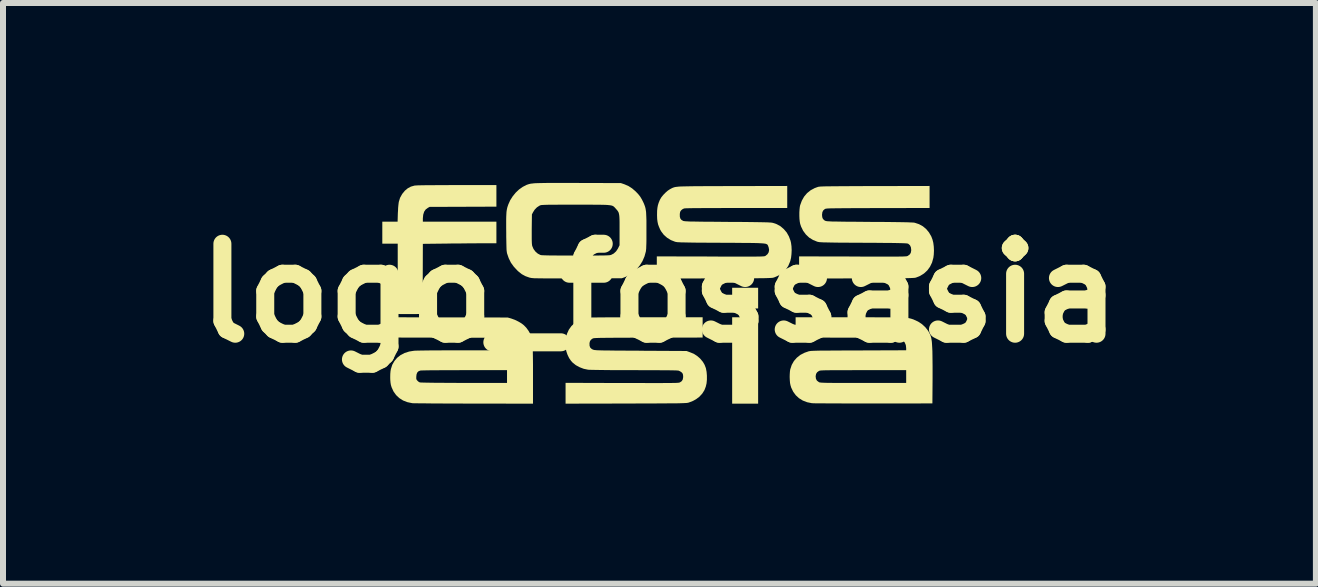
<source format=kicad_pcb>
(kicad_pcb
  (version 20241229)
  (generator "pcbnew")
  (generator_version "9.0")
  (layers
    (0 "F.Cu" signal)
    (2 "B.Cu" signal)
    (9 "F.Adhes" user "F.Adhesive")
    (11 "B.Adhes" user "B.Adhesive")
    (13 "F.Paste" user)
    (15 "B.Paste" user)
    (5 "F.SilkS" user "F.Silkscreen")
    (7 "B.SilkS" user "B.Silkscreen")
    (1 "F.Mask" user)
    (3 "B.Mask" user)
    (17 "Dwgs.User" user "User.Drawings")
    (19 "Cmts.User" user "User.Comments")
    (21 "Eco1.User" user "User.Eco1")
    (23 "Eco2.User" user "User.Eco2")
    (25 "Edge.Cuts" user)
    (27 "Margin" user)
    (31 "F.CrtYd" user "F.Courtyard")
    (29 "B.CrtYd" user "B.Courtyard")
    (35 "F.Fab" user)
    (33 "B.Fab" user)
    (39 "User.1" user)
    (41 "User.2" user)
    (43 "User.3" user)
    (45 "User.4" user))
  (footprint "logo_fossasia"
    (layer "F.Cu")
    (at 7.943 1.835)
    (property "Reference" "logo_fossasia" (at 0 0 0) (layer "F.SilkS") (effects (font (size 1.5 1.5) (thickness 0.3))))
    (attr board_only exclude_from_pos_files exclude_from_bom)
    (fp_poly (pts (xy 1.645 0.084) (xy 1.645 0.257) (xy 1.429 0.257) (xy 1.212 0.257) (xy 1.212 0.084) (xy 1.212 -0.088) (xy 1.429 -0.088) (xy 1.645 -0.088)) (stroke (width 0) (type solid)) (fill yes) (layer "F.SilkS"))
    (fp_poly (pts (xy 1.645 1.124) (xy 1.645 1.844) (xy 1.429 1.844) (xy 1.212 1.844) (xy 1.212 1.124) (xy 1.212 0.404) (xy 1.429 0.404) (xy 1.645 0.404)) (stroke (width 0) (type solid)) (fill yes) (layer "F.SilkS"))
    (fp_poly (pts (xy -2.718 -1.62) (xy -2.718 -1.44) (xy -3.274 -1.438) (xy -3.831 -1.436) (xy -3.861 -1.42) (xy -3.897 -1.393) (xy -3.923 -1.355) (xy -3.938 -1.306) (xy -3.944 -1.246) (xy -3.944 -1.24) (xy -3.944 -1.19) (xy -3.331 -1.19) (xy -2.718 -1.19) (xy -2.718 -1.01) (xy -2.718 -0.83) (xy -2.9 -0.83) (xy -2.943 -0.83) (xy -2.998 -0.83) (xy -3.063 -0.829) (xy -3.137 -0.829) (xy -3.217 -0.828) (xy -3.302 -0.827) (xy -3.388 -0.826) (xy -3.474 -0.826) (xy -3.513 -0.825) (xy -3.944 -0.82) (xy -3.946 -0.236) (xy -3.948 0.349) (xy -4.151 0.351) (xy -4.204 0.351) (xy -4.252 0.351) (xy -4.294 0.351) (xy -4.326 0.35) (xy -4.348 0.349) (xy -4.358 0.348) (xy -4.358 0.348) (xy -4.359 0.34) (xy -4.36 0.318) (xy -4.36 0.284) (xy -4.361 0.239) (xy -4.362 0.183) (xy -4.362 0.119) (xy -4.362 0.046) (xy -4.363 -0.033) (xy -4.363 -0.119) (xy -4.363 -0.209) (xy -4.363 -0.24) (xy -4.363 -0.823) (xy -4.492 -0.823) (xy -4.62 -0.823) (xy -4.62 -1.006) (xy -4.62 -1.19) (xy -4.493 -1.19) (xy -4.365 -1.19) (xy -4.361 -1.328) (xy -4.358 -1.376) (xy -4.356 -1.423) (xy -4.352 -1.465) (xy -4.348 -1.499) (xy -4.345 -1.519) (xy -4.324 -1.588) (xy -4.289 -1.651) (xy -4.244 -1.706) (xy -4.196 -1.746) (xy -4.144 -1.774) (xy -4.084 -1.791) (xy -4.077 -1.792) (xy -4.06 -1.793) (xy -4.028 -1.795) (xy -3.983 -1.796) (xy -3.925 -1.797) (xy -3.853 -1.798) (xy -3.768 -1.798) (xy -3.671 -1.799) (xy -3.562 -1.799) (xy -3.441 -1.8) (xy -3.373 -1.8) (xy -2.718 -1.8)) (stroke (width 0) (type solid)) (fill yes) (layer "F.SilkS"))
    (fp_poly (pts (xy -3.461 0.406) (xy -2.53 0.408) (xy -2.473 0.424) (xy -2.412 0.446) (xy -2.352 0.475) (xy -2.297 0.508) (xy -2.26 0.537) (xy -2.221 0.577) (xy -2.185 0.626) (xy -2.156 0.676) (xy -2.139 0.716) (xy -2.133 0.735) (xy -2.128 0.755) (xy -2.124 0.778) (xy -2.12 0.805) (xy -2.117 0.836) (xy -2.114 0.874) (xy -2.112 0.918) (xy -2.111 0.971) (xy -2.11 1.033) (xy -2.109 1.105) (xy -2.108 1.189) (xy -2.108 1.286) (xy -2.108 1.373) (xy -2.108 1.844) (xy -3.091 1.843) (xy -3.21 1.843) (xy -3.327 1.842) (xy -3.439 1.842) (xy -3.545 1.842) (xy -3.646 1.841) (xy -3.739 1.841) (xy -3.825 1.84) (xy -3.901 1.839) (xy -3.968 1.839) (xy -4.023 1.838) (xy -4.068 1.837) (xy -4.099 1.837) (xy -4.118 1.836) (xy -4.121 1.836) (xy -4.202 1.819) (xy -4.274 1.791) (xy -4.337 1.751) (xy -4.39 1.701) (xy -4.433 1.641) (xy -4.465 1.571) (xy -4.477 1.531) (xy -4.483 1.495) (xy -4.487 1.45) (xy -4.488 1.415) (xy -4.054 1.415) (xy -4.053 1.433) (xy -4.047 1.446) (xy -4.036 1.46) (xy -4.018 1.477) (xy -3.997 1.489) (xy -3.993 1.49) (xy -3.983 1.491) (xy -3.958 1.492) (xy -3.921 1.493) (xy -3.871 1.494) (xy -3.811 1.495) (xy -3.74 1.496) (xy -3.66 1.496) (xy -3.572 1.497) (xy -3.477 1.497) (xy -3.375 1.498) (xy -3.267 1.498) (xy -3.256 1.498) (xy -2.541 1.498) (xy -2.541 1.392) (xy -2.541 1.285) (xy -3.252 1.285) (xy -3.378 1.286) (xy -3.494 1.286) (xy -3.599 1.286) (xy -3.692 1.287) (xy -3.774 1.287) (xy -3.843 1.288) (xy -3.899 1.289) (xy -3.943 1.29) (xy -3.972 1.291) (xy -3.988 1.292) (xy -3.989 1.293) (xy -4.018 1.305) (xy -4.038 1.326) (xy -4.049 1.355) (xy -4.053 1.387) (xy -4.054 1.415) (xy -4.488 1.415) (xy -4.488 1.399) (xy -4.487 1.348) (xy -4.483 1.301) (xy -4.477 1.268) (xy -4.454 1.196) (xy -4.418 1.133) (xy -4.372 1.079) (xy -4.315 1.034) (xy -4.248 0.999) (xy -4.172 0.975) (xy -4.098 0.963) (xy -4.078 0.961) (xy -4.043 0.96) (xy -3.994 0.959) (xy -3.933 0.958) (xy -3.859 0.957) (xy -3.773 0.956) (xy -3.676 0.956) (xy -3.568 0.955) (xy -3.45 0.955) (xy -3.322 0.955) (xy -3.282 0.955) (xy -2.539 0.955) (xy -2.544 0.913) (xy -2.552 0.875) (xy -2.565 0.838) (xy -2.583 0.806) (xy -2.601 0.784) (xy -2.606 0.78) (xy -2.613 0.775) (xy -2.62 0.77) (xy -2.627 0.766) (xy -2.635 0.762) (xy -2.645 0.759) (xy -2.658 0.756) (xy -2.675 0.754) (xy -2.695 0.752) (xy -2.721 0.75) (xy -2.753 0.749) (xy -2.792 0.748) (xy -2.838 0.747) (xy -2.893 0.746) (xy -2.957 0.745) (xy -3.031 0.745) (xy -3.116 0.745) (xy -3.213 0.744) (xy -3.322 0.744) (xy -3.444 0.744) (xy -3.535 0.744) (xy -4.392 0.742) (xy -4.392 0.573) (xy -4.392 0.404)) (stroke (width 0) (type solid)) (fill yes) (layer "F.SilkS"))
    (fp_poly (pts (xy 3.175 0.404) (xy 3.313 0.404) (xy 3.438 0.404) (xy 3.549 0.404) (xy 3.648 0.405) (xy 3.736 0.405) (xy 3.813 0.405) (xy 3.88 0.406) (xy 3.938 0.407) (xy 3.989 0.408) (xy 4.031 0.409) (xy 4.068 0.411) (xy 4.099 0.412) (xy 4.124 0.415) (xy 4.146 0.417) (xy 4.165 0.42) (xy 4.181 0.424) (xy 4.196 0.428) (xy 4.21 0.432) (xy 4.224 0.437) (xy 4.239 0.442) (xy 4.24 0.443) (xy 4.312 0.476) (xy 4.377 0.519) (xy 4.433 0.571) (xy 4.479 0.63) (xy 4.514 0.695) (xy 4.525 0.727) (xy 4.531 0.75) (xy 4.536 0.779) (xy 4.541 0.814) (xy 4.544 0.857) (xy 4.547 0.909) (xy 4.55 0.969) (xy 4.551 1.04) (xy 4.552 1.123) (xy 4.553 1.217) (xy 4.553 1.324) (xy 4.553 1.429) (xy 4.55 1.84) (xy 3.57 1.841) (xy 3.45 1.841) (xy 3.334 1.841) (xy 3.222 1.841) (xy 3.115 1.841) (xy 3.015 1.84) (xy 2.921 1.84) (xy 2.836 1.84) (xy 2.759 1.839) (xy 2.693 1.839) (xy 2.637 1.838) (xy 2.593 1.838) (xy 2.561 1.837) (xy 2.543 1.836) (xy 2.54 1.836) (xy 2.461 1.82) (xy 2.389 1.792) (xy 2.326 1.753) (xy 2.272 1.703) (xy 2.229 1.644) (xy 2.196 1.575) (xy 2.184 1.535) (xy 2.177 1.5) (xy 2.173 1.454) (xy 2.171 1.404) (xy 2.171 1.392) (xy 2.604 1.392) (xy 2.609 1.43) (xy 2.625 1.46) (xy 2.654 1.482) (xy 2.66 1.486) (xy 2.664 1.488) (xy 2.671 1.49) (xy 2.68 1.491) (xy 2.692 1.493) (xy 2.708 1.494) (xy 2.73 1.495) (xy 2.757 1.496) (xy 2.791 1.497) (xy 2.833 1.497) (xy 2.884 1.498) (xy 2.944 1.498) (xy 3.015 1.498) (xy 3.096 1.498) (xy 3.19 1.498) (xy 3.297 1.498) (xy 3.399 1.498) (xy 4.113 1.498) (xy 4.113 1.392) (xy 4.113 1.285) (xy 3.399 1.285) (xy 3.28 1.285) (xy 3.175 1.286) (xy 3.083 1.286) (xy 3.003 1.286) (xy 2.934 1.286) (xy 2.876 1.286) (xy 2.826 1.287) (xy 2.786 1.287) (xy 2.753 1.288) (xy 2.726 1.289) (xy 2.705 1.29) (xy 2.69 1.291) (xy 2.678 1.293) (xy 2.67 1.295) (xy 2.664 1.296) (xy 2.66 1.298) (xy 2.629 1.32) (xy 2.611 1.348) (xy 2.604 1.385) (xy 2.604 1.392) (xy 2.171 1.392) (xy 2.172 1.354) (xy 2.175 1.309) (xy 2.18 1.273) (xy 2.181 1.271) (xy 2.205 1.198) (xy 2.242 1.133) (xy 2.29 1.078) (xy 2.349 1.031) (xy 2.419 0.995) (xy 2.483 0.973) (xy 2.491 0.97) (xy 2.5 0.969) (xy 2.512 0.967) (xy 2.526 0.965) (xy 2.544 0.964) (xy 2.567 0.963) (xy 2.595 0.962) (xy 2.629 0.961) (xy 2.671 0.96) (xy 2.72 0.96) (xy 2.779 0.959) (xy 2.847 0.959) (xy 2.926 0.958) (xy 3.017 0.958) (xy 3.119 0.957) (xy 3.236 0.957) (xy 3.322 0.957) (xy 4.113 0.954) (xy 4.113 0.919) (xy 4.107 0.867) (xy 4.088 0.823) (xy 4.058 0.787) (xy 4.018 0.761) (xy 4.013 0.759) (xy 4.007 0.757) (xy 4.001 0.755) (xy 3.992 0.753) (xy 3.981 0.752) (xy 3.967 0.75) (xy 3.948 0.749) (xy 3.923 0.748) (xy 3.893 0.747) (xy 3.856 0.747) (xy 3.812 0.746) (xy 3.759 0.746) (xy 3.697 0.745) (xy 3.624 0.745) (xy 3.541 0.745) (xy 3.446 0.744) (xy 3.339 0.744) (xy 3.219 0.744) (xy 3.127 0.744) (xy 2.27 0.742) (xy 2.27 0.573) (xy 2.27 0.404)) (stroke (width 0) (type solid)) (fill yes) (layer "F.SilkS"))
    (fp_poly (pts (xy 0.72 0.573) (xy 0.72 0.742) (xy -0.185 0.744) (xy -0.32 0.744) (xy -0.441 0.744) (xy -0.549 0.745) (xy -0.645 0.745) (xy -0.728 0.745) (xy -0.802 0.746) (xy -0.864 0.746) (xy -0.918 0.747) (xy -0.963 0.747) (xy -1.001 0.748) (xy -1.031 0.749) (xy -1.056 0.75) (xy -1.075 0.751) (xy -1.089 0.752) (xy -1.099 0.754) (xy -1.106 0.755) (xy -1.111 0.757) (xy -1.113 0.758) (xy -1.141 0.778) (xy -1.158 0.802) (xy -1.166 0.834) (xy -1.166 0.84) (xy -1.165 0.879) (xy -1.154 0.909) (xy -1.131 0.931) (xy -1.111 0.942) (xy -1.105 0.944) (xy -1.099 0.946) (xy -1.091 0.948) (xy -1.081 0.95) (xy -1.068 0.951) (xy -1.051 0.953) (xy -1.029 0.954) (xy -1.001 0.955) (xy -0.967 0.956) (xy -0.925 0.957) (xy -0.874 0.957) (xy -0.815 0.958) (xy -0.745 0.959) (xy -0.664 0.959) (xy -0.572 0.96) (xy -0.467 0.961) (xy -0.348 0.961) (xy -0.313 0.962) (xy 0.452 0.966) (xy 0.509 0.987) (xy 0.573 1.013) (xy 0.627 1.048) (xy 0.678 1.092) (xy 0.684 1.099) (xy 0.724 1.147) (xy 0.753 1.197) (xy 0.774 1.252) (xy 0.786 1.315) (xy 0.791 1.377) (xy 0.791 1.447) (xy 0.785 1.507) (xy 0.772 1.561) (xy 0.752 1.613) (xy 0.748 1.622) (xy 0.713 1.677) (xy 0.666 1.728) (xy 0.609 1.771) (xy 0.545 1.805) (xy 0.484 1.827) (xy 0.477 1.829) (xy 0.468 1.83) (xy 0.457 1.832) (xy 0.443 1.833) (xy 0.425 1.834) (xy 0.403 1.835) (xy 0.375 1.836) (xy 0.342 1.837) (xy 0.302 1.838) (xy 0.254 1.838) (xy 0.198 1.839) (xy 0.134 1.839) (xy 0.059 1.84) (xy -0.026 1.84) (xy -0.122 1.841) (xy -0.231 1.841) (xy -0.352 1.841) (xy -0.486 1.842) (xy -0.564 1.842) (xy -1.565 1.844) (xy -1.565 1.671) (xy -1.565 1.497) (xy -0.626 1.5) (xy -0.489 1.5) (xy -0.366 1.5) (xy -0.255 1.5) (xy -0.158 1.501) (xy -0.072 1.501) (xy 0.004 1.501) (xy 0.069 1.5) (xy 0.125 1.5) (xy 0.172 1.5) (xy 0.212 1.499) (xy 0.244 1.499) (xy 0.27 1.498) (xy 0.291 1.497) (xy 0.307 1.496) (xy 0.319 1.495) (xy 0.328 1.493) (xy 0.335 1.492) (xy 0.339 1.49) (xy 0.34 1.49) (xy 0.37 1.47) (xy 0.388 1.442) (xy 0.395 1.405) (xy 0.395 1.385) (xy 0.392 1.359) (xy 0.386 1.342) (xy 0.376 1.328) (xy 0.369 1.322) (xy 0.346 1.306) (xy 0.321 1.294) (xy 0.318 1.293) (xy 0.305 1.292) (xy 0.278 1.29) (xy 0.237 1.289) (xy 0.181 1.288) (xy 0.111 1.287) (xy 0.026 1.287) (xy -0.073 1.286) (xy -0.187 1.286) (xy -0.315 1.286) (xy -0.419 1.285) (xy -0.55 1.285) (xy -0.671 1.285) (xy -0.78 1.285) (xy -0.878 1.284) (xy -0.963 1.283) (xy -1.035 1.282) (xy -1.095 1.281) (xy -1.141 1.28) (xy -1.173 1.279) (xy -1.19 1.278) (xy -1.262 1.263) (xy -1.33 1.237) (xy -1.393 1.203) (xy -1.446 1.161) (xy -1.475 1.129) (xy -1.506 1.084) (xy -1.532 1.03) (xy -1.551 0.975) (xy -1.558 0.945) (xy -1.563 0.892) (xy -1.564 0.833) (xy -1.56 0.774) (xy -1.552 0.719) (xy -1.541 0.678) (xy -1.51 0.61) (xy -1.467 0.55) (xy -1.413 0.499) (xy -1.351 0.457) (xy -1.281 0.427) (xy -1.234 0.414) (xy -1.225 0.413) (xy -1.211 0.412) (xy -1.193 0.41) (xy -1.169 0.409) (xy -1.139 0.408) (xy -1.102 0.407) (xy -1.057 0.407) (xy -1.004 0.406) (xy -0.941 0.406) (xy -0.869 0.405) (xy -0.786 0.405) (xy -0.692 0.405) (xy -0.585 0.404) (xy -0.466 0.404) (xy -0.334 0.404) (xy -0.233 0.404) (xy 0.72 0.404)) (stroke (width 0) (type solid)) (fill yes) (layer "F.SilkS"))
    (fp_poly (pts (xy 4.503 -1.602) (xy 4.503 -1.418) (xy 3.641 -1.416) (xy 3.511 -1.416) (xy 3.394 -1.415) (xy 3.29 -1.415) (xy 3.199 -1.415) (xy 3.119 -1.414) (xy 3.049 -1.414) (xy 2.99 -1.413) (xy 2.939 -1.413) (xy 2.897 -1.412) (xy 2.863 -1.412) (xy 2.835 -1.411) (xy 2.812 -1.41) (xy 2.795 -1.409) (xy 2.782 -1.407) (xy 2.773 -1.406) (xy 2.766 -1.404) (xy 2.761 -1.402) (xy 2.757 -1.4) (xy 2.757 -1.4) (xy 2.731 -1.378) (xy 2.716 -1.349) (xy 2.711 -1.311) (xy 2.71 -1.304) (xy 2.714 -1.264) (xy 2.726 -1.234) (xy 2.748 -1.213) (xy 2.764 -1.205) (xy 2.77 -1.202) (xy 2.777 -1.2) (xy 2.787 -1.199) (xy 2.799 -1.197) (xy 2.816 -1.196) (xy 2.837 -1.195) (xy 2.865 -1.193) (xy 2.899 -1.192) (xy 2.941 -1.192) (xy 2.991 -1.191) (xy 3.051 -1.19) (xy 3.121 -1.189) (xy 3.202 -1.189) (xy 3.295 -1.188) (xy 3.402 -1.187) (xy 3.504 -1.186) (xy 3.627 -1.185) (xy 3.737 -1.185) (xy 3.833 -1.184) (xy 3.917 -1.183) (xy 3.99 -1.182) (xy 4.052 -1.181) (xy 4.104 -1.18) (xy 4.148 -1.179) (xy 4.183 -1.177) (xy 4.211 -1.176) (xy 4.232 -1.175) (xy 4.248 -1.173) (xy 4.258 -1.171) (xy 4.258 -1.171) (xy 4.327 -1.148) (xy 4.391 -1.113) (xy 4.447 -1.066) (xy 4.494 -1.009) (xy 4.532 -0.943) (xy 4.551 -0.893) (xy 4.565 -0.838) (xy 4.573 -0.775) (xy 4.576 -0.707) (xy 4.573 -0.641) (xy 4.566 -0.587) (xy 4.544 -0.508) (xy 4.51 -0.438) (xy 4.465 -0.377) (xy 4.41 -0.326) (xy 4.344 -0.285) (xy 4.282 -0.26) (xy 4.276 -0.258) (xy 4.268 -0.256) (xy 4.259 -0.254) (xy 4.247 -0.253) (xy 4.232 -0.252) (xy 4.213 -0.251) (xy 4.189 -0.25) (xy 4.159 -0.249) (xy 4.123 -0.248) (xy 4.079 -0.247) (xy 4.028 -0.247) (xy 3.968 -0.246) (xy 3.898 -0.246) (xy 3.818 -0.246) (xy 3.727 -0.245) (xy 3.624 -0.245) (xy 3.508 -0.245) (xy 3.379 -0.244) (xy 3.285 -0.244) (xy 2.328 -0.242) (xy 2.328 -0.427) (xy 2.328 -0.611) (xy 3.223 -0.609) (xy 3.356 -0.608) (xy 3.475 -0.608) (xy 3.581 -0.608) (xy 3.675 -0.607) (xy 3.758 -0.607) (xy 3.829 -0.607) (xy 3.891 -0.607) (xy 3.943 -0.608) (xy 3.988 -0.608) (xy 4.024 -0.609) (xy 4.054 -0.609) (xy 4.078 -0.61) (xy 4.096 -0.611) (xy 4.11 -0.612) (xy 4.121 -0.613) (xy 4.129 -0.615) (xy 4.134 -0.617) (xy 4.139 -0.619) (xy 4.142 -0.621) (xy 4.172 -0.643) (xy 4.189 -0.669) (xy 4.196 -0.703) (xy 4.197 -0.718) (xy 4.192 -0.761) (xy 4.177 -0.795) (xy 4.152 -0.818) (xy 4.148 -0.821) (xy 4.143 -0.823) (xy 4.137 -0.825) (xy 4.129 -0.826) (xy 4.116 -0.828) (xy 4.1 -0.829) (xy 4.079 -0.83) (xy 4.052 -0.831) (xy 4.017 -0.832) (xy 3.975 -0.833) (xy 3.925 -0.834) (xy 3.865 -0.835) (xy 3.795 -0.835) (xy 3.713 -0.836) (xy 3.619 -0.837) (xy 3.512 -0.837) (xy 3.401 -0.838) (xy 3.281 -0.839) (xy 3.175 -0.839) (xy 3.081 -0.84) (xy 3 -0.84) (xy 2.93 -0.841) (xy 2.87 -0.842) (xy 2.819 -0.843) (xy 2.777 -0.844) (xy 2.742 -0.844) (xy 2.713 -0.846) (xy 2.691 -0.847) (xy 2.673 -0.848) (xy 2.659 -0.85) (xy 2.648 -0.852) (xy 2.639 -0.854) (xy 2.633 -0.855) (xy 2.561 -0.884) (xy 2.496 -0.924) (xy 2.441 -0.976) (xy 2.395 -1.038) (xy 2.361 -1.108) (xy 2.346 -1.153) (xy 2.339 -1.19) (xy 2.334 -1.236) (xy 2.332 -1.288) (xy 2.332 -1.342) (xy 2.335 -1.393) (xy 2.34 -1.438) (xy 2.345 -1.462) (xy 2.373 -1.539) (xy 2.412 -1.608) (xy 2.461 -1.666) (xy 2.521 -1.714) (xy 2.59 -1.751) (xy 2.638 -1.768) (xy 2.645 -1.77) (xy 2.654 -1.772) (xy 2.665 -1.773) (xy 2.681 -1.775) (xy 2.7 -1.776) (xy 2.725 -1.777) (xy 2.756 -1.778) (xy 2.793 -1.779) (xy 2.838 -1.779) (xy 2.891 -1.78) (xy 2.953 -1.78) (xy 3.024 -1.781) (xy 3.107 -1.781) (xy 3.201 -1.782) (xy 3.307 -1.782) (xy 3.426 -1.783) (xy 3.558 -1.783) (xy 3.59 -1.783) (xy 4.503 -1.785)) (stroke (width 0) (type solid)) (fill yes) (layer "F.SilkS"))
    (fp_poly (pts (xy -1.555 -1.835) (xy -1.442 -1.835) (xy -1.352 -1.835) (xy -0.643 -1.833) (xy -0.584 -1.813) (xy -0.517 -1.784) (xy -0.455 -1.744) (xy -0.396 -1.693) (xy -0.353 -1.648) (xy -0.32 -1.606) (xy -0.292 -1.559) (xy -0.272 -1.519) (xy -0.259 -1.491) (xy -0.249 -1.465) (xy -0.24 -1.44) (xy -0.233 -1.414) (xy -0.228 -1.385) (xy -0.223 -1.352) (xy -0.221 -1.313) (xy -0.219 -1.267) (xy -0.217 -1.211) (xy -0.217 -1.145) (xy -0.217 -1.065) (xy -0.217 -1.043) (xy -0.217 -0.957) (xy -0.217 -0.885) (xy -0.218 -0.826) (xy -0.22 -0.778) (xy -0.221 -0.741) (xy -0.224 -0.713) (xy -0.226 -0.695) (xy -0.249 -0.611) (xy -0.283 -0.532) (xy -0.329 -0.459) (xy -0.383 -0.394) (xy -0.445 -0.338) (xy -0.514 -0.293) (xy -0.575 -0.265) (xy -0.628 -0.246) (xy -1.37 -0.245) (xy -1.491 -0.244) (xy -1.598 -0.244) (xy -1.692 -0.244) (xy -1.775 -0.244) (xy -1.846 -0.244) (xy -1.907 -0.244) (xy -1.959 -0.245) (xy -2.003 -0.245) (xy -2.039 -0.246) (xy -2.068 -0.246) (xy -2.092 -0.247) (xy -2.112 -0.249) (xy -2.127 -0.25) (xy -2.139 -0.252) (xy -2.15 -0.254) (xy -2.159 -0.256) (xy -2.165 -0.257) (xy -2.233 -0.281) (xy -2.294 -0.314) (xy -2.353 -0.361) (xy -2.364 -0.371) (xy -2.426 -0.437) (xy -2.476 -0.506) (xy -2.513 -0.581) (xy -2.538 -0.654) (xy -2.542 -0.667) (xy -2.544 -0.682) (xy -2.547 -0.701) (xy -2.549 -0.724) (xy -2.55 -0.753) (xy -2.551 -0.79) (xy -2.552 -0.837) (xy -2.553 -0.894) (xy -2.554 -0.94) (xy -2.129 -0.94) (xy -2.129 -0.895) (xy -2.128 -0.859) (xy -2.127 -0.832) (xy -2.125 -0.811) (xy -2.123 -0.795) (xy -2.12 -0.783) (xy -2.099 -0.734) (xy -2.067 -0.691) (xy -2.028 -0.657) (xy -1.985 -0.635) (xy -1.977 -0.633) (xy -1.964 -0.631) (xy -1.945 -0.63) (xy -1.919 -0.629) (xy -1.885 -0.628) (xy -1.843 -0.627) (xy -1.791 -0.626) (xy -1.728 -0.626) (xy -1.654 -0.625) (xy -1.568 -0.625) (xy -1.468 -0.625) (xy -1.399 -0.625) (xy -1.293 -0.625) (xy -1.201 -0.625) (xy -1.122 -0.625) (xy -1.054 -0.625) (xy -0.998 -0.626) (xy -0.95 -0.626) (xy -0.912 -0.627) (xy -0.881 -0.628) (xy -0.857 -0.629) (xy -0.838 -0.63) (xy -0.824 -0.632) (xy -0.814 -0.634) (xy -0.806 -0.636) (xy -0.762 -0.659) (xy -0.723 -0.695) (xy -0.691 -0.743) (xy -0.689 -0.748) (xy -0.665 -0.797) (xy -0.665 -1.05) (xy -0.665 -1.123) (xy -0.665 -1.183) (xy -0.666 -1.231) (xy -0.668 -1.27) (xy -0.671 -1.3) (xy -0.676 -1.325) (xy -0.682 -1.345) (xy -0.691 -1.361) (xy -0.702 -1.377) (xy -0.716 -1.393) (xy -0.731 -1.41) (xy -0.741 -1.421) (xy -0.75 -1.431) (xy -0.759 -1.439) (xy -0.769 -1.447) (xy -0.781 -1.453) (xy -0.795 -1.458) (xy -0.814 -1.462) (xy -0.837 -1.465) (xy -0.866 -1.468) (xy -0.902 -1.47) (xy -0.946 -1.471) (xy -0.999 -1.472) (xy -1.062 -1.472) (xy -1.135 -1.473) (xy -1.221 -1.473) (xy -1.32 -1.473) (xy -1.399 -1.473) (xy -1.504 -1.473) (xy -1.595 -1.473) (xy -1.673 -1.473) (xy -1.739 -1.472) (xy -1.795 -1.472) (xy -1.842 -1.472) (xy -1.88 -1.471) (xy -1.91 -1.47) (xy -1.934 -1.469) (xy -1.952 -1.468) (xy -1.966 -1.467) (xy -1.977 -1.465) (xy -1.985 -1.463) (xy -1.992 -1.46) (xy -1.998 -1.457) (xy -1.999 -1.457) (xy -2.042 -1.429) (xy -2.08 -1.39) (xy -2.106 -1.349) (xy -2.126 -1.311) (xy -2.129 -1.066) (xy -2.129 -0.997) (xy -2.129 -0.94) (xy -2.554 -0.94) (xy -2.554 -0.964) (xy -2.554 -1.006) (xy -2.555 -1.091) (xy -2.555 -1.162) (xy -2.555 -1.222) (xy -2.554 -1.273) (xy -2.552 -1.314) (xy -2.55 -1.35) (xy -2.546 -1.38) (xy -2.541 -1.406) (xy -2.535 -1.431) (xy -2.527 -1.455) (xy -2.519 -1.478) (xy -2.488 -1.547) (xy -2.446 -1.613) (xy -2.396 -1.674) (xy -2.34 -1.727) (xy -2.279 -1.77) (xy -2.217 -1.802) (xy -2.2 -1.808) (xy -2.186 -1.813) (xy -2.171 -1.817) (xy -2.156 -1.821) (xy -2.138 -1.824) (xy -2.118 -1.826) (xy -2.094 -1.829) (xy -2.066 -1.831) (xy -2.031 -1.832) (xy -1.991 -1.833) (xy -1.942 -1.834) (xy -1.885 -1.835) (xy -1.819 -1.835) (xy -1.743 -1.835) (xy -1.655 -1.835)) (stroke (width 0) (type solid)) (fill yes) (layer "F.SilkS"))
    (fp_poly (pts (xy 2.13 -1.602) (xy 2.13 -1.418) (xy 1.284 -1.418) (xy 1.145 -1.418) (xy 1.017 -1.417) (xy 0.9 -1.417) (xy 0.795 -1.417) (xy 0.701 -1.416) (xy 0.62 -1.415) (xy 0.552 -1.415) (xy 0.496 -1.414) (xy 0.454 -1.413) (xy 0.426 -1.412) (xy 0.412 -1.41) (xy 0.411 -1.41) (xy 0.388 -1.4) (xy 0.367 -1.384) (xy 0.364 -1.381) (xy 0.351 -1.365) (xy 0.344 -1.348) (xy 0.34 -1.325) (xy 0.339 -1.312) (xy 0.34 -1.271) (xy 0.349 -1.241) (xy 0.368 -1.218) (xy 0.392 -1.205) (xy 0.397 -1.202) (xy 0.405 -1.2) (xy 0.414 -1.199) (xy 0.427 -1.197) (xy 0.443 -1.196) (xy 0.465 -1.195) (xy 0.492 -1.193) (xy 0.526 -1.192) (xy 0.568 -1.192) (xy 0.619 -1.191) (xy 0.678 -1.19) (xy 0.749 -1.189) (xy 0.83 -1.189) (xy 0.923 -1.188) (xy 1.03 -1.187) (xy 1.131 -1.186) (xy 1.254 -1.185) (xy 1.363 -1.185) (xy 1.458 -1.184) (xy 1.542 -1.183) (xy 1.614 -1.182) (xy 1.676 -1.181) (xy 1.728 -1.18) (xy 1.771 -1.179) (xy 1.807 -1.178) (xy 1.835 -1.176) (xy 1.857 -1.175) (xy 1.873 -1.173) (xy 1.884 -1.171) (xy 1.887 -1.171) (xy 1.955 -1.148) (xy 2.018 -1.113) (xy 2.073 -1.066) (xy 2.121 -1.01) (xy 2.158 -0.944) (xy 2.185 -0.872) (xy 2.193 -0.838) (xy 2.201 -0.78) (xy 2.204 -0.715) (xy 2.201 -0.65) (xy 2.194 -0.588) (xy 2.181 -0.534) (xy 2.178 -0.525) (xy 2.147 -0.452) (xy 2.105 -0.389) (xy 2.053 -0.337) (xy 1.99 -0.295) (xy 1.916 -0.262) (xy 1.91 -0.26) (xy 1.903 -0.258) (xy 1.896 -0.256) (xy 1.887 -0.254) (xy 1.875 -0.253) (xy 1.861 -0.252) (xy 1.842 -0.251) (xy 1.818 -0.25) (xy 1.789 -0.249) (xy 1.753 -0.248) (xy 1.71 -0.247) (xy 1.659 -0.247) (xy 1.6 -0.246) (xy 1.531 -0.246) (xy 1.451 -0.246) (xy 1.361 -0.245) (xy 1.259 -0.245) (xy 1.144 -0.245) (xy 1.016 -0.244) (xy 0.913 -0.244) (xy -0.044 -0.242) (xy -0.044 -0.427) (xy -0.044 -0.611) (xy 0.85 -0.609) (xy 0.983 -0.608) (xy 1.103 -0.608) (xy 1.209 -0.608) (xy 1.303 -0.607) (xy 1.385 -0.607) (xy 1.457 -0.607) (xy 1.518 -0.607) (xy 1.571 -0.608) (xy 1.615 -0.608) (xy 1.652 -0.609) (xy 1.681 -0.609) (xy 1.705 -0.61) (xy 1.724 -0.611) (xy 1.738 -0.612) (xy 1.748 -0.613) (xy 1.756 -0.615) (xy 1.762 -0.617) (xy 1.766 -0.619) (xy 1.769 -0.621) (xy 1.801 -0.647) (xy 1.821 -0.68) (xy 1.828 -0.719) (xy 1.821 -0.759) (xy 1.816 -0.773) (xy 1.812 -0.783) (xy 1.809 -0.792) (xy 1.805 -0.799) (xy 1.801 -0.806) (xy 1.794 -0.811) (xy 1.785 -0.816) (xy 1.772 -0.821) (xy 1.755 -0.824) (xy 1.732 -0.827) (xy 1.704 -0.829) (xy 1.668 -0.831) (xy 1.624 -0.833) (xy 1.572 -0.834) (xy 1.51 -0.835) (xy 1.437 -0.835) (xy 1.354 -0.836) (xy 1.258 -0.837) (xy 1.149 -0.837) (xy 1.028 -0.838) (xy 0.908 -0.839) (xy 0.802 -0.839) (xy 0.709 -0.84) (xy 0.628 -0.84) (xy 0.557 -0.841) (xy 0.497 -0.842) (xy 0.447 -0.843) (xy 0.404 -0.844) (xy 0.369 -0.844) (xy 0.341 -0.846) (xy 0.318 -0.847) (xy 0.3 -0.848) (xy 0.286 -0.85) (xy 0.275 -0.852) (xy 0.266 -0.854) (xy 0.261 -0.855) (xy 0.19 -0.883) (xy 0.127 -0.922) (xy 0.072 -0.971) (xy 0.029 -1.028) (xy 0.012 -1.058) (xy -0.008 -1.104) (xy -0.023 -1.145) (xy -0.032 -1.187) (xy -0.038 -1.234) (xy -0.04 -1.29) (xy -0.04 -1.311) (xy -0.039 -1.371) (xy -0.034 -1.42) (xy -0.026 -1.463) (xy -0.013 -1.505) (xy 0.005 -1.549) (xy 0.009 -1.557) (xy 0.031 -1.595) (xy 0.063 -1.635) (xy 0.1 -1.673) (xy 0.139 -1.707) (xy 0.177 -1.732) (xy 0.185 -1.736) (xy 0.198 -1.743) (xy 0.209 -1.749) (xy 0.22 -1.754) (xy 0.231 -1.758) (xy 0.243 -1.762) (xy 0.257 -1.766) (xy 0.274 -1.769) (xy 0.293 -1.771) (xy 0.318 -1.774) (xy 0.347 -1.776) (xy 0.382 -1.777) (xy 0.424 -1.778) (xy 0.473 -1.779) (xy 0.531 -1.78) (xy 0.598 -1.781) (xy 0.674 -1.781) (xy 0.762 -1.782) (xy 0.861 -1.782) (xy 0.972 -1.782) (xy 1.096 -1.783) (xy 1.217 -1.783) (xy 2.13 -1.785)) (stroke (width 0) (type solid)) (fill yes) (layer "F.SilkS")))
  (gr_rect
    (start -3 -3)
    (end 18.886 6.68)
    (stroke (width 0.1) (type default))
    (fill no)
    (layer "Edge.Cuts")))
</source>
